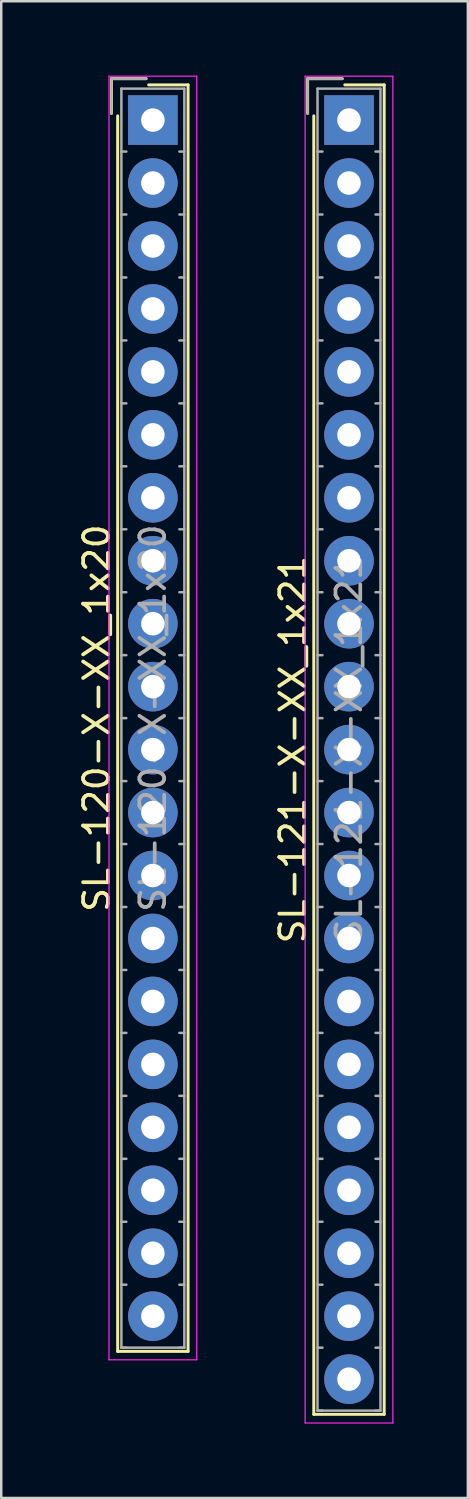
<source format=kicad_pcb>
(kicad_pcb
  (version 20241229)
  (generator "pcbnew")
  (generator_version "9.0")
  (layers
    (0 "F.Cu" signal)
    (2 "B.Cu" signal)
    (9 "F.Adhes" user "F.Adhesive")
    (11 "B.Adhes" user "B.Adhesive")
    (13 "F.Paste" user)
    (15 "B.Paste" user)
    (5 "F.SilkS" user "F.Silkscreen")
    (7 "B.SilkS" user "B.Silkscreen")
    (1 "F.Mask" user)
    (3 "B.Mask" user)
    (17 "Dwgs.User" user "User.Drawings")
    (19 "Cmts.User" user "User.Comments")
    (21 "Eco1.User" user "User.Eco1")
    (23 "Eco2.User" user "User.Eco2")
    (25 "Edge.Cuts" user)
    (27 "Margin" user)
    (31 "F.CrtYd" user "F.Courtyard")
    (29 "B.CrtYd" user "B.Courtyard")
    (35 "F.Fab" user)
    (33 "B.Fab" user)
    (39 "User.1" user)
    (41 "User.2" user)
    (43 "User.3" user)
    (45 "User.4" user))
  (footprint "SL-121-X-XX_1x21"
    (layer "F.Cu")
    (at 11.031 1.795)
    (property "Reference" "SL-121-X-XX_1x21" (at -2.27 25.4 90) (layer "F.SilkS") (effects (font (size 1 1) (thickness 0.15))))
    (attr through_hole)
    (fp_line (start -1.67 -1.67) (end -1.67 -0.27) (stroke (width 0.12) (type solid)) (layer "F.SilkS"))
    (fp_line (start -1.42 52.22) (end -1.42 -0.17) (stroke (width 0.12) (type solid)) (layer "F.SilkS"))
    (fp_line (start -0.27 -1.67) (end -1.67 -1.67) (stroke (width 0.12) (type solid)) (layer "F.SilkS"))
    (fp_line (start -0.17 -1.42) (end 1.42 -1.42) (stroke (width 0.12) (type solid)) (layer "F.SilkS"))
    (fp_line (start 1.42 -1.42) (end 1.42 52.22) (stroke (width 0.12) (type solid)) (layer "F.SilkS"))
    (fp_line (start 1.42 52.22) (end -1.42 52.22) (stroke (width 0.12) (type solid)) (layer "F.SilkS"))
    (fp_line (start -1.77 -1.77) (end -1.77 52.57) (stroke (width 0.05) (type solid)) (layer "F.CrtYd"))
    (fp_line (start -1.77 52.57) (end 1.77 52.57) (stroke (width 0.05) (type solid)) (layer "F.CrtYd"))
    (fp_line (start 1.77 -1.77) (end -1.77 -1.77) (stroke (width 0.05) (type solid)) (layer "F.CrtYd"))
    (fp_line (start 1.77 52.57) (end 1.77 -1.77) (stroke (width 0.05) (type solid)) (layer "F.CrtYd"))
    (fp_line (start -1.67 -1.67) (end -1.67 -0.27) (stroke (width 0.1) (type solid)) (layer "F.Fab"))
    (fp_line (start -1.27 -1.27) (end -1.27 52.07) (stroke (width 0.1) (type solid)) (layer "F.Fab"))
    (fp_line (start -1.27 1.27) (end -1.07 1.27) (stroke (width 0.1) (type solid)) (layer "F.Fab"))
    (fp_line (start -1.27 3.81) (end -1.07 3.81) (stroke (width 0.1) (type solid)) (layer "F.Fab"))
    (fp_line (start -1.27 6.35) (end -1.07 6.35) (stroke (width 0.1) (type solid)) (layer "F.Fab"))
    (fp_line (start -1.27 8.89) (end -1.07 8.89) (stroke (width 0.1) (type solid)) (layer "F.Fab"))
    (fp_line (start -1.27 11.43) (end -1.07 11.43) (stroke (width 0.1) (type solid)) (layer "F.Fab"))
    (fp_line (start -1.27 13.97) (end -1.07 13.97) (stroke (width 0.1) (type solid)) (layer "F.Fab"))
    (fp_line (start -1.27 16.51) (end -1.07 16.51) (stroke (width 0.1) (type solid)) (layer "F.Fab"))
    (fp_line (start -1.27 19.05) (end -1.07 19.05) (stroke (width 0.1) (type solid)) (layer "F.Fab"))
    (fp_line (start -1.27 21.59) (end -1.07 21.59) (stroke (width 0.1) (type solid)) (layer "F.Fab"))
    (fp_line (start -1.27 24.13) (end -1.07 24.13) (stroke (width 0.1) (type solid)) (layer "F.Fab"))
    (fp_line (start -1.27 26.67) (end -1.07 26.67) (stroke (width 0.1) (type solid)) (layer "F.Fab"))
    (fp_line (start -1.27 29.21) (end -1.07 29.21) (stroke (width 0.1) (type solid)) (layer "F.Fab"))
    (fp_line (start -1.27 31.75) (end -1.07 31.75) (stroke (width 0.1) (type solid)) (layer "F.Fab"))
    (fp_line (start -1.27 34.29) (end -1.07 34.29) (stroke (width 0.1) (type solid)) (layer "F.Fab"))
    (fp_line (start -1.27 36.83) (end -1.07 36.83) (stroke (width 0.1) (type solid)) (layer "F.Fab"))
    (fp_line (start -1.27 39.37) (end -1.07 39.37) (stroke (width 0.1) (type solid)) (layer "F.Fab"))
    (fp_line (start -1.27 41.91) (end -1.07 41.91) (stroke (width 0.1) (type solid)) (layer "F.Fab"))
    (fp_line (start -1.27 44.45) (end -1.07 44.45) (stroke (width 0.1) (type solid)) (layer "F.Fab"))
    (fp_line (start -1.27 46.99) (end -1.07 46.99) (stroke (width 0.1) (type solid)) (layer "F.Fab"))
    (fp_line (start -1.27 49.53) (end -1.07 49.53) (stroke (width 0.1) (type solid)) (layer "F.Fab"))
    (fp_line (start -1.27 52.07) (end -1.07 52.07) (stroke (width 0.1) (type solid)) (layer "F.Fab"))
    (fp_line (start -1.27 52.07) (end 1.27 52.07) (stroke (width 0.1) (type solid)) (layer "F.Fab"))
    (fp_line (start -0.27 -1.67) (end -1.67 -1.67) (stroke (width 0.1) (type solid)) (layer "F.Fab"))
    (fp_line (start 1.27 -1.27) (end -1.27 -1.27) (stroke (width 0.1) (type solid)) (layer "F.Fab"))
    (fp_line (start 1.27 1.27) (end 1.07 1.27) (stroke (width 0.1) (type solid)) (layer "F.Fab"))
    (fp_line (start 1.27 3.81) (end 1.07 3.81) (stroke (width 0.1) (type solid)) (layer "F.Fab"))
    (fp_line (start 1.27 6.35) (end 1.07 6.35) (stroke (width 0.1) (type solid)) (layer "F.Fab"))
    (fp_line (start 1.27 8.89) (end 1.07 8.89) (stroke (width 0.1) (type solid)) (layer "F.Fab"))
    (fp_line (start 1.27 11.43) (end 1.07 11.43) (stroke (width 0.1) (type solid)) (layer "F.Fab"))
    (fp_line (start 1.27 13.97) (end 1.07 13.97) (stroke (width 0.1) (type solid)) (layer "F.Fab"))
    (fp_line (start 1.27 16.51) (end 1.07 16.51) (stroke (width 0.1) (type solid)) (layer "F.Fab"))
    (fp_line (start 1.27 19.05) (end 1.07 19.05) (stroke (width 0.1) (type solid)) (layer "F.Fab"))
    (fp_line (start 1.27 21.59) (end 1.07 21.59) (stroke (width 0.1) (type solid)) (layer "F.Fab"))
    (fp_line (start 1.27 24.13) (end 1.07 24.13) (stroke (width 0.1) (type solid)) (layer "F.Fab"))
    (fp_line (start 1.27 26.67) (end 1.07 26.67) (stroke (width 0.1) (type solid)) (layer "F.Fab"))
    (fp_line (start 1.27 29.21) (end 1.07 29.21) (stroke (width 0.1) (type solid)) (layer "F.Fab"))
    (fp_line (start 1.27 31.75) (end 1.07 31.75) (stroke (width 0.1) (type solid)) (layer "F.Fab"))
    (fp_line (start 1.27 34.29) (end 1.07 34.29) (stroke (width 0.1) (type solid)) (layer "F.Fab"))
    (fp_line (start 1.27 36.83) (end 1.07 36.83) (stroke (width 0.1) (type solid)) (layer "F.Fab"))
    (fp_line (start 1.27 39.37) (end 1.07 39.37) (stroke (width 0.1) (type solid)) (layer "F.Fab"))
    (fp_line (start 1.27 41.91) (end 1.07 41.91) (stroke (width 0.1) (type solid)) (layer "F.Fab"))
    (fp_line (start 1.27 44.45) (end 1.07 44.45) (stroke (width 0.1) (type solid)) (layer "F.Fab"))
    (fp_line (start 1.27 46.99) (end 1.07 46.99) (stroke (width 0.1) (type solid)) (layer "F.Fab"))
    (fp_line (start 1.27 49.53) (end 1.07 49.53) (stroke (width 0.1) (type solid)) (layer "F.Fab"))
    (fp_line (start 1.27 52.07) (end 1.07 52.07) (stroke (width 0.1) (type solid)) (layer "F.Fab"))
    (fp_line (start 1.27 52.07) (end 1.27 -1.27) (stroke (width 0.1) (type solid)) (layer "F.Fab"))
    (fp_text user "${REFERENCE}" (at 0 25.4 90) (layer "F.Fab") (effects (font (size 1 1) (thickness 0.15))))
    (pad "1" thru_hole rect (at 0 0) (size 2 2) (drill 0.95) (layers "*.Cu" "*.Mask"))
    (pad "2" thru_hole circle (at 0 2.54) (size 2 2) (drill 0.95) (layers "*.Cu" "*.Mask"))
    (pad "3" thru_hole circle (at 0 5.08) (size 2 2) (drill 0.95) (layers "*.Cu" "*.Mask"))
    (pad "4" thru_hole circle (at 0 7.62) (size 2 2) (drill 0.95) (layers "*.Cu" "*.Mask"))
    (pad "5" thru_hole circle (at 0 10.16) (size 2 2) (drill 0.95) (layers "*.Cu" "*.Mask"))
    (pad "6" thru_hole circle (at 0 12.7) (size 2 2) (drill 0.95) (layers "*.Cu" "*.Mask"))
    (pad "7" thru_hole circle (at 0 15.24) (size 2 2) (drill 0.95) (layers "*.Cu" "*.Mask"))
    (pad "8" thru_hole circle (at 0 17.78) (size 2 2) (drill 0.95) (layers "*.Cu" "*.Mask"))
    (pad "9" thru_hole circle (at 0 20.32) (size 2 2) (drill 0.95) (layers "*.Cu" "*.Mask"))
    (pad "10" thru_hole circle (at 0 22.86) (size 2 2) (drill 0.95) (layers "*.Cu" "*.Mask"))
    (pad "11" thru_hole circle (at 0 25.4) (size 2 2) (drill 0.95) (layers "*.Cu" "*.Mask"))
    (pad "12" thru_hole circle (at 0 27.94) (size 2 2) (drill 0.95) (layers "*.Cu" "*.Mask"))
    (pad "13" thru_hole circle (at 0 30.48) (size 2 2) (drill 0.95) (layers "*.Cu" "*.Mask"))
    (pad "14" thru_hole circle (at 0 33.02) (size 2 2) (drill 0.95) (layers "*.Cu" "*.Mask"))
    (pad "15" thru_hole circle (at 0 35.56) (size 2 2) (drill 0.95) (layers "*.Cu" "*.Mask"))
    (pad "16" thru_hole circle (at 0 38.1) (size 2 2) (drill 0.95) (layers "*.Cu" "*.Mask"))
    (pad "17" thru_hole circle (at 0 40.64) (size 2 2) (drill 0.95) (layers "*.Cu" "*.Mask"))
    (pad "18" thru_hole circle (at 0 43.18) (size 2 2) (drill 0.95) (layers "*.Cu" "*.Mask"))
    (pad "19" thru_hole circle (at 0 45.72) (size 2 2) (drill 0.95) (layers "*.Cu" "*.Mask"))
    (pad "20" thru_hole circle (at 0 48.26) (size 2 2) (drill 0.95) (layers "*.Cu" "*.Mask"))
    (pad "21" thru_hole circle (at 0 50.8) (size 2 2) (drill 0.95) (layers "*.Cu" "*.Mask")))
  (footprint "SL-120-X-XX_1x20"
    (layer "F.Cu")
    (at 3.118 1.795)
    (property "Reference" "SL-120-X-XX_1x20" (at -2.27 24.13 90) (layer "F.SilkS") (effects (font (size 1 1) (thickness 0.15))))
    (attr through_hole)
    (fp_line (start -1.67 -1.67) (end -1.67 -0.27) (stroke (width 0.12) (type solid)) (layer "F.SilkS"))
    (fp_line (start -1.42 49.68) (end -1.42 -0.17) (stroke (width 0.12) (type solid)) (layer "F.SilkS"))
    (fp_line (start -0.27 -1.67) (end -1.67 -1.67) (stroke (width 0.12) (type solid)) (layer "F.SilkS"))
    (fp_line (start -0.17 -1.42) (end 1.42 -1.42) (stroke (width 0.12) (type solid)) (layer "F.SilkS"))
    (fp_line (start 1.42 -1.42) (end 1.42 49.68) (stroke (width 0.12) (type solid)) (layer "F.SilkS"))
    (fp_line (start 1.42 49.68) (end -1.42 49.68) (stroke (width 0.12) (type solid)) (layer "F.SilkS"))
    (fp_line (start -1.77 -1.77) (end -1.77 50.02) (stroke (width 0.05) (type solid)) (layer "F.CrtYd"))
    (fp_line (start -1.77 50.02) (end 1.77 50.02) (stroke (width 0.05) (type solid)) (layer "F.CrtYd"))
    (fp_line (start 1.77 -1.77) (end -1.77 -1.77) (stroke (width 0.05) (type solid)) (layer "F.CrtYd"))
    (fp_line (start 1.77 50.02) (end 1.77 -1.77) (stroke (width 0.05) (type solid)) (layer "F.CrtYd"))
    (fp_line (start -1.67 -1.67) (end -1.67 -0.27) (stroke (width 0.1) (type solid)) (layer "F.Fab"))
    (fp_line (start -1.27 -1.27) (end -1.27 49.53) (stroke (width 0.1) (type solid)) (layer "F.Fab"))
    (fp_line (start -1.27 1.27) (end -1.07 1.27) (stroke (width 0.1) (type solid)) (layer "F.Fab"))
    (fp_line (start -1.27 3.81) (end -1.07 3.81) (stroke (width 0.1) (type solid)) (layer "F.Fab"))
    (fp_line (start -1.27 6.35) (end -1.07 6.35) (stroke (width 0.1) (type solid)) (layer "F.Fab"))
    (fp_line (start -1.27 8.89) (end -1.07 8.89) (stroke (width 0.1) (type solid)) (layer "F.Fab"))
    (fp_line (start -1.27 11.43) (end -1.07 11.43) (stroke (width 0.1) (type solid)) (layer "F.Fab"))
    (fp_line (start -1.27 13.97) (end -1.07 13.97) (stroke (width 0.1) (type solid)) (layer "F.Fab"))
    (fp_line (start -1.27 16.51) (end -1.07 16.51) (stroke (width 0.1) (type solid)) (layer "F.Fab"))
    (fp_line (start -1.27 19.05) (end -1.07 19.05) (stroke (width 0.1) (type solid)) (layer "F.Fab"))
    (fp_line (start -1.27 21.59) (end -1.07 21.59) (stroke (width 0.1) (type solid)) (layer "F.Fab"))
    (fp_line (start -1.27 24.13) (end -1.07 24.13) (stroke (width 0.1) (type solid)) (layer "F.Fab"))
    (fp_line (start -1.27 26.67) (end -1.07 26.67) (stroke (width 0.1) (type solid)) (layer "F.Fab"))
    (fp_line (start -1.27 29.21) (end -1.07 29.21) (stroke (width 0.1) (type solid)) (layer "F.Fab"))
    (fp_line (start -1.27 31.75) (end -1.07 31.75) (stroke (width 0.1) (type solid)) (layer "F.Fab"))
    (fp_line (start -1.27 34.29) (end -1.07 34.29) (stroke (width 0.1) (type solid)) (layer "F.Fab"))
    (fp_line (start -1.27 36.83) (end -1.07 36.83) (stroke (width 0.1) (type solid)) (layer "F.Fab"))
    (fp_line (start -1.27 39.37) (end -1.07 39.37) (stroke (width 0.1) (type solid)) (layer "F.Fab"))
    (fp_line (start -1.27 41.91) (end -1.07 41.91) (stroke (width 0.1) (type solid)) (layer "F.Fab"))
    (fp_line (start -1.27 44.45) (end -1.07 44.45) (stroke (width 0.1) (type solid)) (layer "F.Fab"))
    (fp_line (start -1.27 46.99) (end -1.07 46.99) (stroke (width 0.1) (type solid)) (layer "F.Fab"))
    (fp_line (start -1.27 49.53) (end -1.07 49.53) (stroke (width 0.1) (type solid)) (layer "F.Fab"))
    (fp_line (start -1.27 49.53) (end 1.27 49.53) (stroke (width 0.1) (type solid)) (layer "F.Fab"))
    (fp_line (start -0.27 -1.67) (end -1.67 -1.67) (stroke (width 0.1) (type solid)) (layer "F.Fab"))
    (fp_line (start 1.27 -1.27) (end -1.27 -1.27) (stroke (width 0.1) (type solid)) (layer "F.Fab"))
    (fp_line (start 1.27 1.27) (end 1.07 1.27) (stroke (width 0.1) (type solid)) (layer "F.Fab"))
    (fp_line (start 1.27 3.81) (end 1.07 3.81) (stroke (width 0.1) (type solid)) (layer "F.Fab"))
    (fp_line (start 1.27 6.35) (end 1.07 6.35) (stroke (width 0.1) (type solid)) (layer "F.Fab"))
    (fp_line (start 1.27 8.89) (end 1.07 8.89) (stroke (width 0.1) (type solid)) (layer "F.Fab"))
    (fp_line (start 1.27 11.43) (end 1.07 11.43) (stroke (width 0.1) (type solid)) (layer "F.Fab"))
    (fp_line (start 1.27 13.97) (end 1.07 13.97) (stroke (width 0.1) (type solid)) (layer "F.Fab"))
    (fp_line (start 1.27 16.51) (end 1.07 16.51) (stroke (width 0.1) (type solid)) (layer "F.Fab"))
    (fp_line (start 1.27 19.05) (end 1.07 19.05) (stroke (width 0.1) (type solid)) (layer "F.Fab"))
    (fp_line (start 1.27 21.59) (end 1.07 21.59) (stroke (width 0.1) (type solid)) (layer "F.Fab"))
    (fp_line (start 1.27 24.13) (end 1.07 24.13) (stroke (width 0.1) (type solid)) (layer "F.Fab"))
    (fp_line (start 1.27 26.67) (end 1.07 26.67) (stroke (width 0.1) (type solid)) (layer "F.Fab"))
    (fp_line (start 1.27 29.21) (end 1.07 29.21) (stroke (width 0.1) (type solid)) (layer "F.Fab"))
    (fp_line (start 1.27 31.75) (end 1.07 31.75) (stroke (width 0.1) (type solid)) (layer "F.Fab"))
    (fp_line (start 1.27 34.29) (end 1.07 34.29) (stroke (width 0.1) (type solid)) (layer "F.Fab"))
    (fp_line (start 1.27 36.83) (end 1.07 36.83) (stroke (width 0.1) (type solid)) (layer "F.Fab"))
    (fp_line (start 1.27 39.37) (end 1.07 39.37) (stroke (width 0.1) (type solid)) (layer "F.Fab"))
    (fp_line (start 1.27 41.91) (end 1.07 41.91) (stroke (width 0.1) (type solid)) (layer "F.Fab"))
    (fp_line (start 1.27 44.45) (end 1.07 44.45) (stroke (width 0.1) (type solid)) (layer "F.Fab"))
    (fp_line (start 1.27 46.99) (end 1.07 46.99) (stroke (width 0.1) (type solid)) (layer "F.Fab"))
    (fp_line (start 1.27 49.53) (end 1.07 49.53) (stroke (width 0.1) (type solid)) (layer "F.Fab"))
    (fp_line (start 1.27 49.53) (end 1.27 -1.27) (stroke (width 0.1) (type solid)) (layer "F.Fab"))
    (fp_text user "${REFERENCE}" (at 0 24.13 90) (layer "F.Fab") (effects (font (size 1 1) (thickness 0.15))))
    (pad "1" thru_hole rect (at 0 0) (size 2 2) (drill 0.95) (layers "*.Cu" "*.Mask"))
    (pad "2" thru_hole circle (at 0 2.54) (size 2 2) (drill 0.95) (layers "*.Cu" "*.Mask"))
    (pad "3" thru_hole circle (at 0 5.08) (size 2 2) (drill 0.95) (layers "*.Cu" "*.Mask"))
    (pad "4" thru_hole circle (at 0 7.62) (size 2 2) (drill 0.95) (layers "*.Cu" "*.Mask"))
    (pad "5" thru_hole circle (at 0 10.16) (size 2 2) (drill 0.95) (layers "*.Cu" "*.Mask"))
    (pad "6" thru_hole circle (at 0 12.7) (size 2 2) (drill 0.95) (layers "*.Cu" "*.Mask"))
    (pad "7" thru_hole circle (at 0 15.24) (size 2 2) (drill 0.95) (layers "*.Cu" "*.Mask"))
    (pad "8" thru_hole circle (at 0 17.78) (size 2 2) (drill 0.95) (layers "*.Cu" "*.Mask"))
    (pad "9" thru_hole circle (at 0 20.32) (size 2 2) (drill 0.95) (layers "*.Cu" "*.Mask"))
    (pad "10" thru_hole circle (at 0 22.86) (size 2 2) (drill 0.95) (layers "*.Cu" "*.Mask"))
    (pad "11" thru_hole circle (at 0 25.4) (size 2 2) (drill 0.95) (layers "*.Cu" "*.Mask"))
    (pad "12" thru_hole circle (at 0 27.94) (size 2 2) (drill 0.95) (layers "*.Cu" "*.Mask"))
    (pad "13" thru_hole circle (at 0 30.48) (size 2 2) (drill 0.95) (layers "*.Cu" "*.Mask"))
    (pad "14" thru_hole circle (at 0 33.02) (size 2 2) (drill 0.95) (layers "*.Cu" "*.Mask"))
    (pad "15" thru_hole circle (at 0 35.56) (size 2 2) (drill 0.95) (layers "*.Cu" "*.Mask"))
    (pad "16" thru_hole circle (at 0 38.1) (size 2 2) (drill 0.95) (layers "*.Cu" "*.Mask"))
    (pad "17" thru_hole circle (at 0 40.64) (size 2 2) (drill 0.95) (layers "*.Cu" "*.Mask"))
    (pad "18" thru_hole circle (at 0 43.18) (size 2 2) (drill 0.95) (layers "*.Cu" "*.Mask"))
    (pad "19" thru_hole circle (at 0 45.72) (size 2 2) (drill 0.95) (layers "*.Cu" "*.Mask"))
    (pad "20" thru_hole circle (at 0 48.26) (size 2 2) (drill 0.95) (layers "*.Cu" "*.Mask")))
  (gr_rect
    (start -3 -3)
    (end 15.826 57.39)
    (stroke (width 0.1) (type default))
    (fill no)
    (layer "Edge.Cuts")))
</source>
